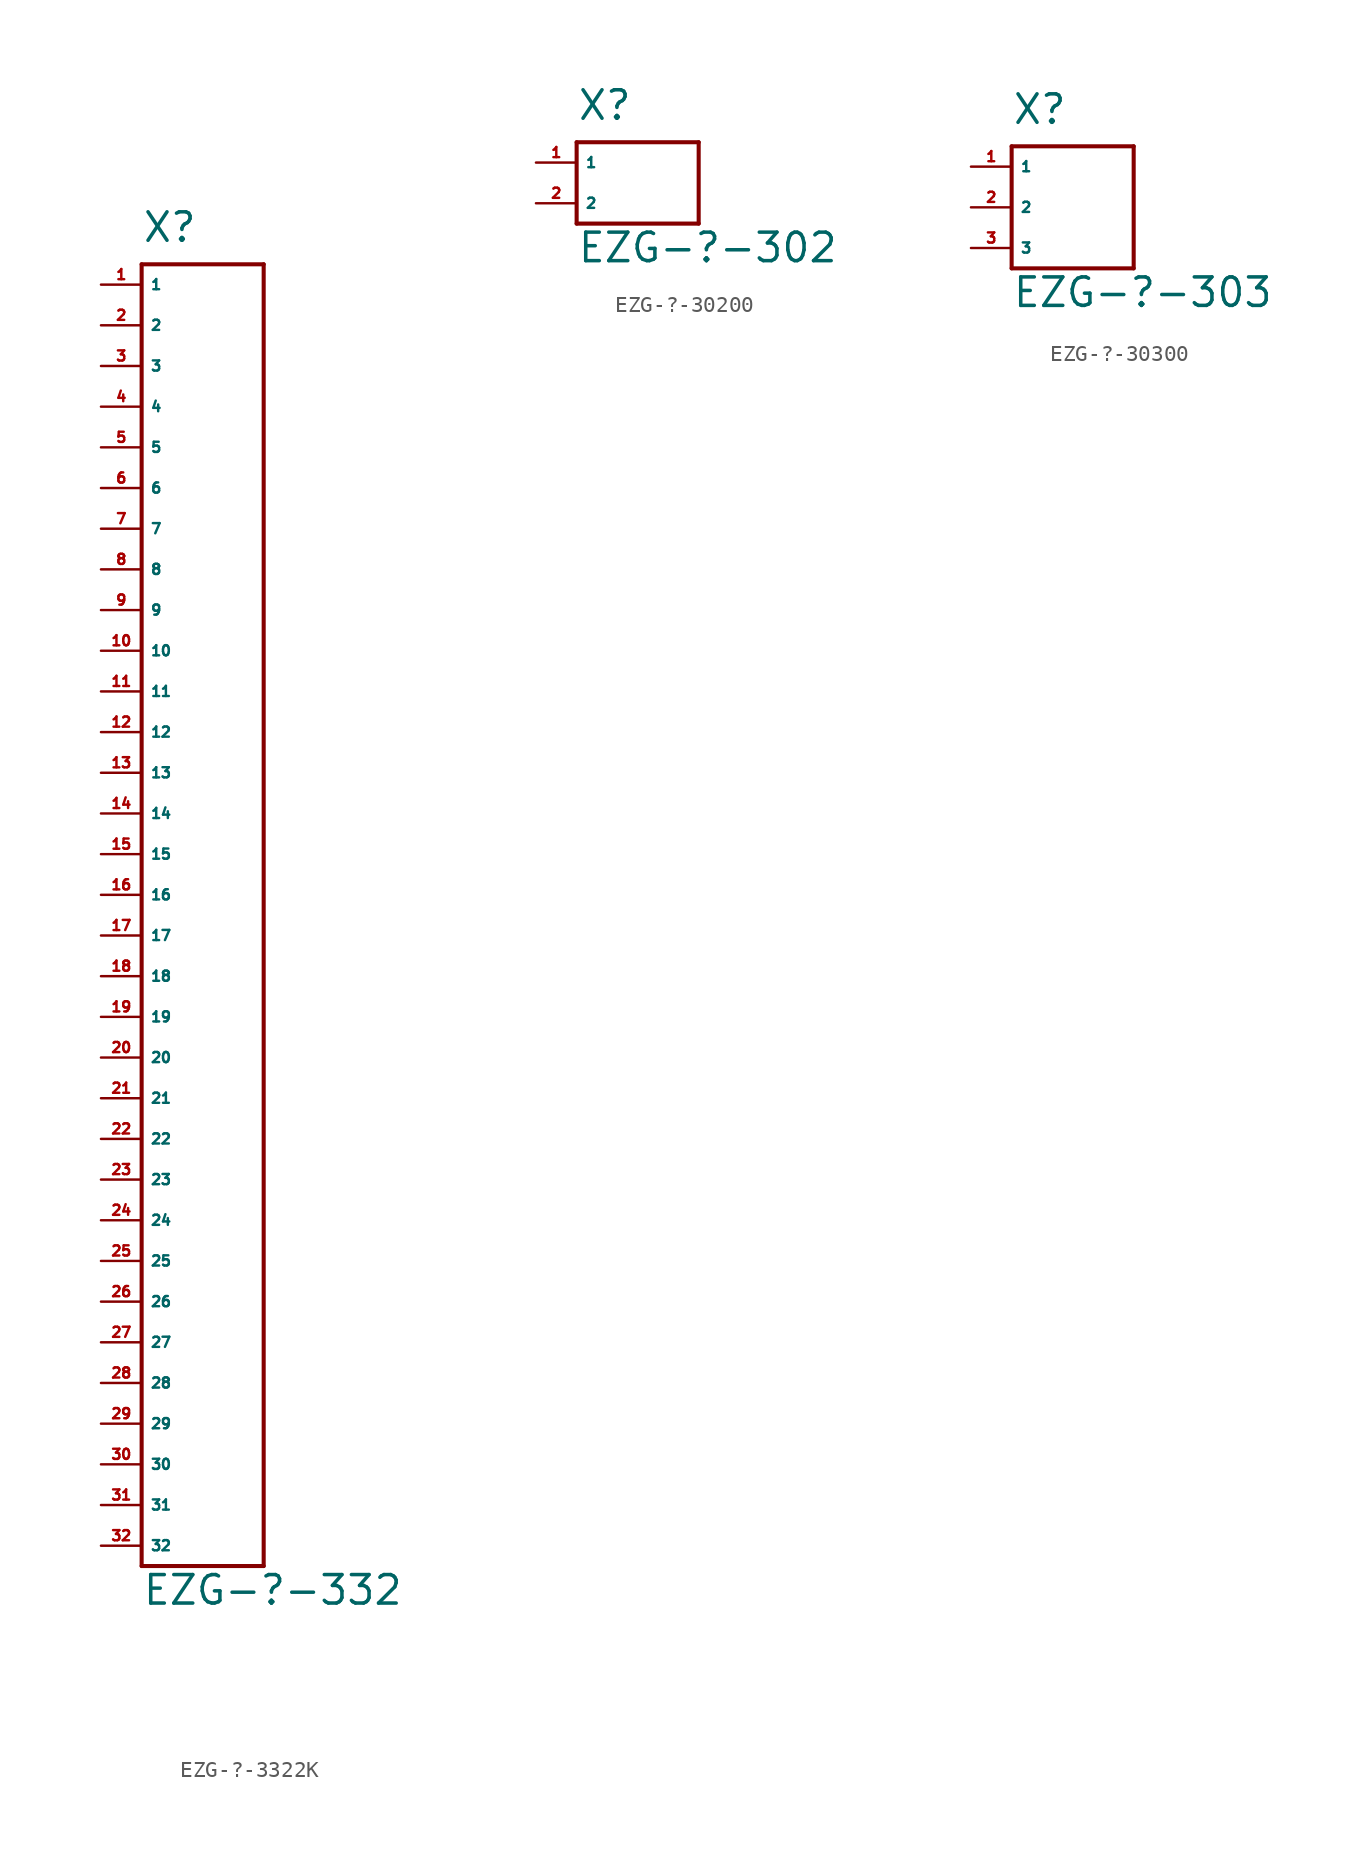
<source format=kicad_sym>
(kicad_symbol_lib
  (version 20220914)
  (generator Eagle2Kicad)
  (symbol "EZG-?-3322K"
    (property "Reference" "X"
      (at -2.54 2.54 0)
      (effects (font (size 1.778 1.778) (thickness 0.22)) (justify left bottom)))
    (property "Value" "EZG-?-332"
      (at -2.54 -82.55 0)
      (effects (font (size 1.778 1.778) (thickness 0.22)) (justify left bottom)))
    (polyline
      (pts (xy -2.54 1.27) (xy -2.54 -80.01))
      (stroke (width 0.254) (type default))
      (fill (type none)))
    (polyline
      (pts (xy -2.54 -80.01) (xy 5.08 -80.01))
      (stroke (width 0.254) (type default))
      (fill (type none)))
    (polyline
      (pts (xy 5.08 -80.01) (xy 5.08 1.27))
      (stroke (width 0.254) (type default))
      (fill (type none)))
    (polyline
      (pts (xy 5.08 1.27) (xy -2.54 1.27))
      (stroke (width 0.254) (type default))
      (fill (type none)))
    (pin passive line
      (at -5.08 0 0)
      (length 2.54)
      (name "1" (effects (font (size 0.635 0.635) (thickness 0.08)) (justify left bottom)))
      (number "1" (effects (font (size 0.635 0.635) (thickness 0.08)) (justify left bottom))))
    (pin passive line
      (at -5.08 -2.54 0)
      (length 2.54)
      (name "2" (effects (font (size 0.635 0.635) (thickness 0.08)) (justify left bottom)))
      (number "2" (effects (font (size 0.635 0.635) (thickness 0.08)) (justify left bottom))))
    (pin passive line
      (at -5.08 -5.08 0)
      (length 2.54)
      (name "3" (effects (font (size 0.635 0.635) (thickness 0.08)) (justify left bottom)))
      (number "3" (effects (font (size 0.635 0.635) (thickness 0.08)) (justify left bottom))))
    (pin passive line
      (at -5.08 -7.62 0)
      (length 2.54)
      (name "4" (effects (font (size 0.635 0.635) (thickness 0.08)) (justify left bottom)))
      (number "4" (effects (font (size 0.635 0.635) (thickness 0.08)) (justify left bottom))))
    (pin passive line
      (at -5.08 -10.16 0)
      (length 2.54)
      (name "5" (effects (font (size 0.635 0.635) (thickness 0.08)) (justify left bottom)))
      (number "5" (effects (font (size 0.635 0.635) (thickness 0.08)) (justify left bottom))))
    (pin passive line
      (at -5.08 -12.7 0)
      (length 2.54)
      (name "6" (effects (font (size 0.635 0.635) (thickness 0.08)) (justify left bottom)))
      (number "6" (effects (font (size 0.635 0.635) (thickness 0.08)) (justify left bottom))))
    (pin passive line
      (at -5.08 -15.24 0)
      (length 2.54)
      (name "7" (effects (font (size 0.635 0.635) (thickness 0.08)) (justify left bottom)))
      (number "7" (effects (font (size 0.635 0.635) (thickness 0.08)) (justify left bottom))))
    (pin passive line
      (at -5.08 -17.78 0)
      (length 2.54)
      (name "8" (effects (font (size 0.635 0.635) (thickness 0.08)) (justify left bottom)))
      (number "8" (effects (font (size 0.635 0.635) (thickness 0.08)) (justify left bottom))))
    (pin passive line
      (at -5.08 -20.32 0)
      (length 2.54)
      (name "9" (effects (font (size 0.635 0.635) (thickness 0.08)) (justify left bottom)))
      (number "9" (effects (font (size 0.635 0.635) (thickness 0.08)) (justify left bottom))))
    (pin passive line
      (at -5.08 -22.86 0)
      (length 2.54)
      (name "10" (effects (font (size 0.635 0.635) (thickness 0.08)) (justify left bottom)))
      (number "10" (effects (font (size 0.635 0.635) (thickness 0.08)) (justify left bottom))))
    (pin passive line
      (at -5.08 -25.4 0)
      (length 2.54)
      (name "11" (effects (font (size 0.635 0.635) (thickness 0.08)) (justify left bottom)))
      (number "11" (effects (font (size 0.635 0.635) (thickness 0.08)) (justify left bottom))))
    (pin passive line
      (at -5.08 -27.94 0)
      (length 2.54)
      (name "12" (effects (font (size 0.635 0.635) (thickness 0.08)) (justify left bottom)))
      (number "12" (effects (font (size 0.635 0.635) (thickness 0.08)) (justify left bottom))))
    (pin passive line
      (at -5.08 -30.48 0)
      (length 2.54)
      (name "13" (effects (font (size 0.635 0.635) (thickness 0.08)) (justify left bottom)))
      (number "13" (effects (font (size 0.635 0.635) (thickness 0.08)) (justify left bottom))))
    (pin passive line
      (at -5.08 -33.02 0)
      (length 2.54)
      (name "14" (effects (font (size 0.635 0.635) (thickness 0.08)) (justify left bottom)))
      (number "14" (effects (font (size 0.635 0.635) (thickness 0.08)) (justify left bottom))))
    (pin passive line
      (at -5.08 -35.56 0)
      (length 2.54)
      (name "15" (effects (font (size 0.635 0.635) (thickness 0.08)) (justify left bottom)))
      (number "15" (effects (font (size 0.635 0.635) (thickness 0.08)) (justify left bottom))))
    (pin passive line
      (at -5.08 -38.1 0)
      (length 2.54)
      (name "16" (effects (font (size 0.635 0.635) (thickness 0.08)) (justify left bottom)))
      (number "16" (effects (font (size 0.635 0.635) (thickness 0.08)) (justify left bottom))))
    (pin passive line
      (at -5.08 -40.64 0)
      (length 2.54)
      (name "17" (effects (font (size 0.635 0.635) (thickness 0.08)) (justify left bottom)))
      (number "17" (effects (font (size 0.635 0.635) (thickness 0.08)) (justify left bottom))))
    (pin passive line
      (at -5.08 -43.18 0)
      (length 2.54)
      (name "18" (effects (font (size 0.635 0.635) (thickness 0.08)) (justify left bottom)))
      (number "18" (effects (font (size 0.635 0.635) (thickness 0.08)) (justify left bottom))))
    (pin passive line
      (at -5.08 -45.72 0)
      (length 2.54)
      (name "19" (effects (font (size 0.635 0.635) (thickness 0.08)) (justify left bottom)))
      (number "19" (effects (font (size 0.635 0.635) (thickness 0.08)) (justify left bottom))))
    (pin passive line
      (at -5.08 -48.26 0)
      (length 2.54)
      (name "20" (effects (font (size 0.635 0.635) (thickness 0.08)) (justify left bottom)))
      (number "20" (effects (font (size 0.635 0.635) (thickness 0.08)) (justify left bottom))))
    (pin passive line
      (at -5.08 -50.8 0)
      (length 2.54)
      (name "21" (effects (font (size 0.635 0.635) (thickness 0.08)) (justify left bottom)))
      (number "21" (effects (font (size 0.635 0.635) (thickness 0.08)) (justify left bottom))))
    (pin passive line
      (at -5.08 -53.34 0)
      (length 2.54)
      (name "22" (effects (font (size 0.635 0.635) (thickness 0.08)) (justify left bottom)))
      (number "22" (effects (font (size 0.635 0.635) (thickness 0.08)) (justify left bottom))))
    (pin passive line
      (at -5.08 -55.88 0)
      (length 2.54)
      (name "23" (effects (font (size 0.635 0.635) (thickness 0.08)) (justify left bottom)))
      (number "23" (effects (font (size 0.635 0.635) (thickness 0.08)) (justify left bottom))))
    (pin passive line
      (at -5.08 -58.42 0)
      (length 2.54)
      (name "24" (effects (font (size 0.635 0.635) (thickness 0.08)) (justify left bottom)))
      (number "24" (effects (font (size 0.635 0.635) (thickness 0.08)) (justify left bottom))))
    (pin passive line
      (at -5.08 -60.96 0)
      (length 2.54)
      (name "25" (effects (font (size 0.635 0.635) (thickness 0.08)) (justify left bottom)))
      (number "25" (effects (font (size 0.635 0.635) (thickness 0.08)) (justify left bottom))))
    (pin passive line
      (at -5.08 -63.5 0)
      (length 2.54)
      (name "26" (effects (font (size 0.635 0.635) (thickness 0.08)) (justify left bottom)))
      (number "26" (effects (font (size 0.635 0.635) (thickness 0.08)) (justify left bottom))))
    (pin passive line
      (at -5.08 -66.04 0)
      (length 2.54)
      (name "27" (effects (font (size 0.635 0.635) (thickness 0.08)) (justify left bottom)))
      (number "27" (effects (font (size 0.635 0.635) (thickness 0.08)) (justify left bottom))))
    (pin passive line
      (at -5.08 -68.58 0)
      (length 2.54)
      (name "28" (effects (font (size 0.635 0.635) (thickness 0.08)) (justify left bottom)))
      (number "28" (effects (font (size 0.635 0.635) (thickness 0.08)) (justify left bottom))))
    (pin passive line
      (at -5.08 -71.12 0)
      (length 2.54)
      (name "29" (effects (font (size 0.635 0.635) (thickness 0.08)) (justify left bottom)))
      (number "29" (effects (font (size 0.635 0.635) (thickness 0.08)) (justify left bottom))))
    (pin passive line
      (at -5.08 -73.66 0)
      (length 2.54)
      (name "30" (effects (font (size 0.635 0.635) (thickness 0.08)) (justify left bottom)))
      (number "30" (effects (font (size 0.635 0.635) (thickness 0.08)) (justify left bottom))))
    (pin passive line
      (at -5.08 -76.2 0)
      (length 2.54)
      (name "31" (effects (font (size 0.635 0.635) (thickness 0.08)) (justify left bottom)))
      (number "31" (effects (font (size 0.635 0.635) (thickness 0.08)) (justify left bottom))))
    (pin passive line
      (at -5.08 -78.74 0)
      (length 2.54)
      (name "32" (effects (font (size 0.635 0.635) (thickness 0.08)) (justify left bottom)))
      (number "32" (effects (font (size 0.635 0.635) (thickness 0.08)) (justify left bottom)))))
  (symbol "EZG-?-30200"
    (property "Reference" "X"
      (at -2.54 2.54 0)
      (effects (font (size 1.778 1.778) (thickness 0.22)) (justify left bottom)))
    (property "Value" "EZG-?-302"
      (at -2.54 -6.35 0)
      (effects (font (size 1.778 1.778) (thickness 0.22)) (justify left bottom)))
    (polyline
      (pts (xy -2.54 1.27) (xy -2.54 -3.81))
      (stroke (width 0.254) (type default))
      (fill (type none)))
    (polyline
      (pts (xy -2.54 -3.81) (xy 5.08 -3.81))
      (stroke (width 0.254) (type default))
      (fill (type none)))
    (polyline
      (pts (xy 5.08 -3.81) (xy 5.08 1.27))
      (stroke (width 0.254) (type default))
      (fill (type none)))
    (polyline
      (pts (xy 5.08 1.27) (xy -2.54 1.27))
      (stroke (width 0.254) (type default))
      (fill (type none)))
    (pin passive line
      (at -5.08 0 0)
      (length 2.54)
      (name "1" (effects (font (size 0.635 0.635) (thickness 0.08)) (justify left bottom)))
      (number "1" (effects (font (size 0.635 0.635) (thickness 0.08)) (justify left bottom))))
    (pin passive line
      (at -5.08 -2.54 0)
      (length 2.54)
      (name "2" (effects (font (size 0.635 0.635) (thickness 0.08)) (justify left bottom)))
      (number "2" (effects (font (size 0.635 0.635) (thickness 0.08)) (justify left bottom)))))
  (symbol "EZG-?-30300"
    (property "Reference" "X"
      (at -2.54 2.54 0)
      (effects (font (size 1.778 1.778) (thickness 0.22)) (justify left bottom)))
    (property "Value" "EZG-?-303"
      (at -2.54 -8.89 0)
      (effects (font (size 1.778 1.778) (thickness 0.22)) (justify left bottom)))
    (polyline
      (pts (xy -2.54 1.27) (xy -2.54 -6.35))
      (stroke (width 0.254) (type default))
      (fill (type none)))
    (polyline
      (pts (xy -2.54 -6.35) (xy 5.08 -6.35))
      (stroke (width 0.254) (type default))
      (fill (type none)))
    (polyline
      (pts (xy 5.08 -6.35) (xy 5.08 1.27))
      (stroke (width 0.254) (type default))
      (fill (type none)))
    (polyline
      (pts (xy 5.08 1.27) (xy -2.54 1.27))
      (stroke (width 0.254) (type default))
      (fill (type none)))
    (pin passive line
      (at -5.08 0 0)
      (length 2.54)
      (name "1" (effects (font (size 0.635 0.635) (thickness 0.08)) (justify left bottom)))
      (number "1" (effects (font (size 0.635 0.635) (thickness 0.08)) (justify left bottom))))
    (pin passive line
      (at -5.08 -2.54 0)
      (length 2.54)
      (name "2" (effects (font (size 0.635 0.635) (thickness 0.08)) (justify left bottom)))
      (number "2" (effects (font (size 0.635 0.635) (thickness 0.08)) (justify left bottom))))
    (pin passive line
      (at -5.08 -5.08 0)
      (length 2.54)
      (name "3" (effects (font (size 0.635 0.635) (thickness 0.08)) (justify left bottom)))
      (number "3" (effects (font (size 0.635 0.635) (thickness 0.08)) (justify left bottom))))))
</source>
